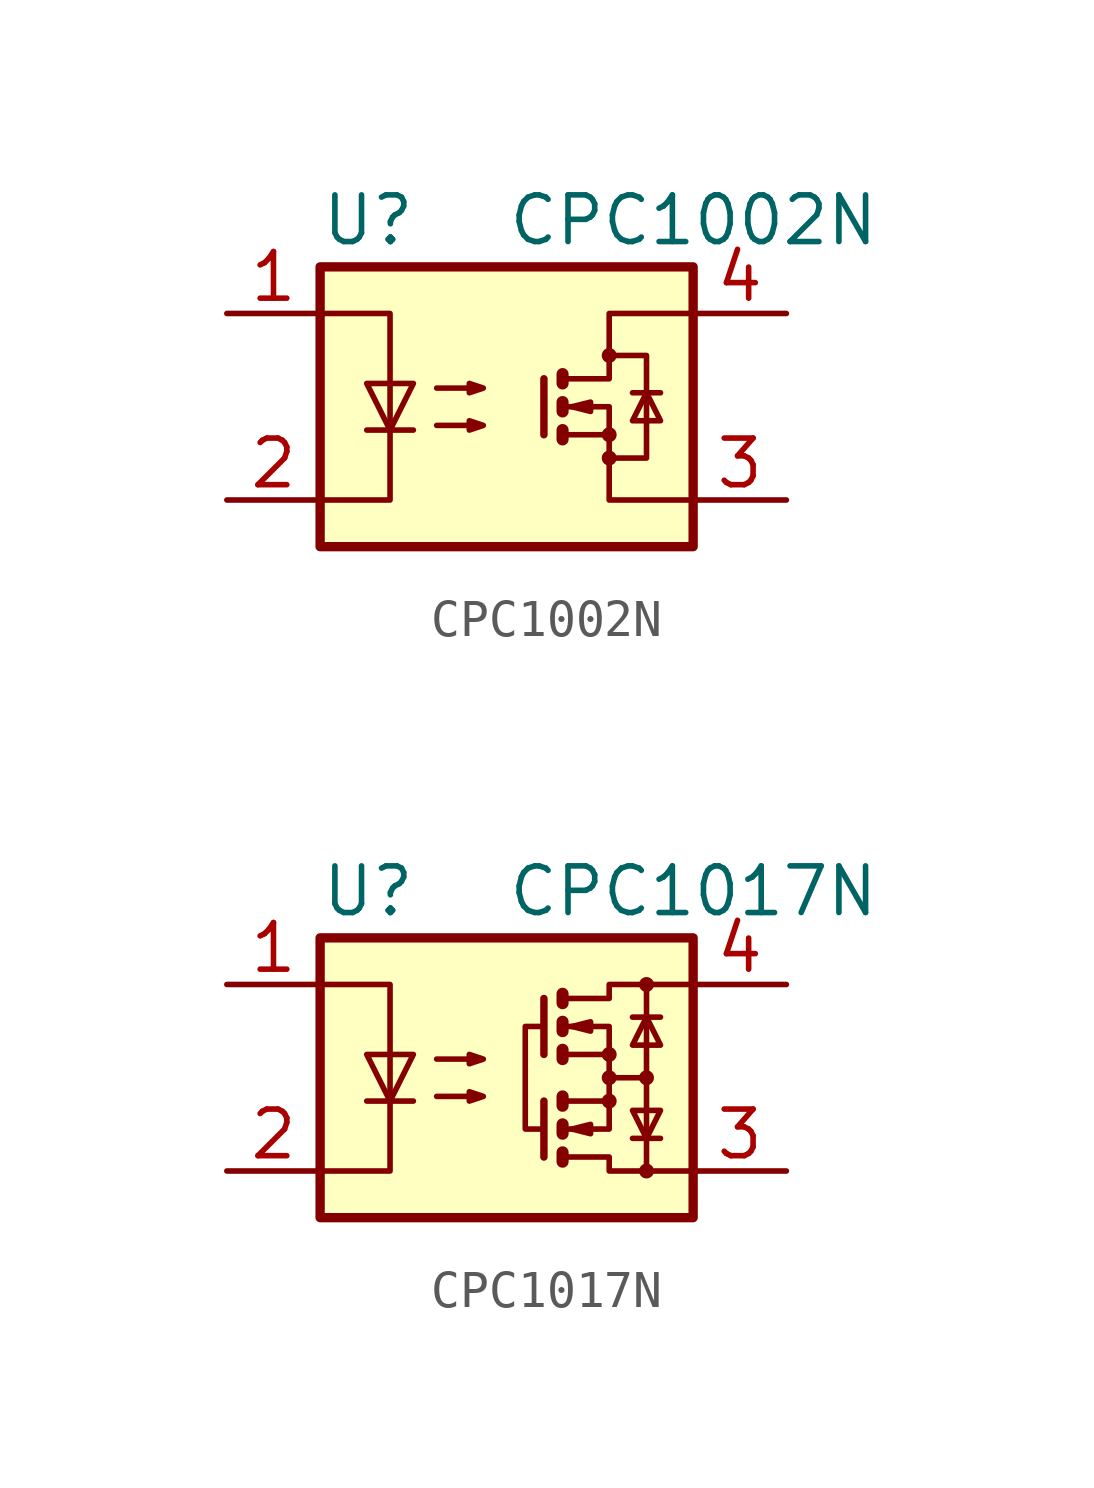
<source format=kicad_sym>
(kicad_symbol_lib
  (version 20241209)
  (generator "kicad_symbol_editor")
  (generator_version "9.0")
  (symbol "CPC1002N"
    (property "Reference" "U"
      (at -5.08 5.08 0)
      (effects (font (size 1.27 1.27)) (justify left)))
    (property "Value" "CPC1002N"
      (at 0 5.08 0)
      (effects (font (size 1.27 1.27)) (justify left)))
    (symbol "CPC1002N_0_1"
      (rectangle (start -5.08 3.81) (end 5.08 -3.81) (stroke (width 0.254) (type default)) (fill (type background)))
      (polyline (pts (xy -5.08 2.54) (xy -3.175 2.54) (xy -3.175 -2.54) (xy -5.08 -2.54)) (stroke (width 0) (type default)) (fill (type none)))
      (polyline (pts (xy -3.81 -0.635) (xy -2.54 -0.635)) (stroke (width 0) (type default)) (fill (type none)))
      (polyline (pts (xy -3.175 -0.635) (xy -3.81 0.635) (xy -2.54 0.635) (xy -3.175 -0.635)) (stroke (width 0) (type default)) (fill (type none)))
      (polyline (pts (xy -1.905 0.508) (xy -0.635 0.508) (xy -1.016 0.381) (xy -1.016 0.635) (xy -0.635 0.508)) (stroke (width 0) (type default)) (fill (type none)))
      (polyline (pts (xy -1.905 -0.508) (xy -0.635 -0.508) (xy -1.016 -0.635) (xy -1.016 -0.381) (xy -0.635 -0.508)) (stroke (width 0) (type default)) (fill (type none)))
      (polyline (pts (xy 1.016 0.762) (xy 1.016 -0.762)) (stroke (width 0.203) (type default)) (fill (type none)))
      (polyline (pts (xy 1.524 0.762) (xy 2.794 0.762) (xy 2.794 2.54) (xy 5.08 2.54)) (stroke (width 0) (type default)) (fill (type none)))
      (polyline (pts (xy 1.524 0) (xy 2.794 0) (xy 2.794 -2.54) (xy 5.08 -2.54)) (stroke (width 0) (type default)) (fill (type none)))
      (polyline (pts (xy 1.524 -0.762) (xy 2.794 -0.762)) (stroke (width 0) (type default)) (fill (type none)))
      (polyline (pts (xy 1.778 0) (xy 2.286 0.127) (xy 2.286 -0.127) (xy 1.778 0)) (stroke (width 0) (type default)) (fill (type none)))
      (circle (center 2.794 1.397) (radius 0.127) (stroke (width 0) (type default)) (fill (type none)))
      (circle (center 2.794 -0.762) (radius 0.127) (stroke (width 0) (type default)) (fill (type none)))
      (polyline (pts (xy 2.794 -1.397) (xy 3.81 -1.397) (xy 3.81 1.397) (xy 2.794 1.397)) (stroke (width 0) (type default)) (fill (type none)))
      (circle (center 2.794 -1.397) (radius 0.127) (stroke (width 0) (type default)) (fill (type none)))
      (polyline (pts (xy 3.429 0.381) (xy 4.191 0.381)) (stroke (width 0) (type default)) (fill (type none)))
      (polyline (pts (xy 3.81 0.381) (xy 3.429 -0.381) (xy 4.191 -0.381) (xy 3.81 0.381)) (stroke (width 0) (type default)) (fill (type none))))
    (symbol "CPC1002N_1_1"
      (polyline (pts (xy 1.524 0.889) (xy 1.524 0.635)) (stroke (width 0.33) (type solid)) (fill (type none)))
      (polyline (pts (xy 1.524 0.127) (xy 1.524 -0.127)) (stroke (width 0.33) (type solid)) (fill (type none)))
      (polyline (pts (xy 1.524 -0.635) (xy 1.524 -0.889)) (stroke (width 0.33) (type solid)) (fill (type none)))
      (pin passive line (at -7.62 2.54 0) (length 2.54) (name "~" (effects (font (size 1.27 1.27)))) (number "1" (effects (font (size 1.27 1.27)))))
      (pin passive line (at -7.62 -2.54 0) (length 2.54) (name "~" (effects (font (size 1.27 1.27)))) (number "2" (effects (font (size 1.27 1.27)))))
      (pin passive line (at 7.62 2.54 180) (length 2.54) (name "~" (effects (font (size 1.27 1.27)))) (number "4" (effects (font (size 1.27 1.27)))))
      (pin passive line (at 7.62 -2.54 180) (length 2.54) (name "~" (effects (font (size 1.27 1.27)))) (number "3" (effects (font (size 1.27 1.27)))))))
  (symbol "CPC1017N"
    (property "Reference" "U"
      (at -5.08 5.08 0)
      (effects (font (size 1.27 1.27)) (justify left)))
    (property "Value" "CPC1017N"
      (at 0 5.08 0)
      (effects (font (size 1.27 1.27)) (justify left)))
    (symbol "CPC1017N_0_1"
      (rectangle (start -5.08 3.81) (end 5.08 -3.81) (stroke (width 0.254) (type default)) (fill (type background)))
      (polyline (pts (xy -5.08 2.54) (xy -3.175 2.54) (xy -3.175 -2.54) (xy -5.08 -2.54)) (stroke (width 0) (type default)) (fill (type none)))
      (polyline (pts (xy -3.81 -0.635) (xy -2.54 -0.635)) (stroke (width 0) (type default)) (fill (type none)))
      (polyline (pts (xy -3.175 -0.635) (xy -3.81 0.635) (xy -2.54 0.635) (xy -3.175 -0.635)) (stroke (width 0) (type default)) (fill (type none)))
      (polyline (pts (xy -1.905 0.508) (xy -0.635 0.508) (xy -1.016 0.381) (xy -1.016 0.635) (xy -0.635 0.508)) (stroke (width 0) (type default)) (fill (type none)))
      (polyline (pts (xy -1.905 -0.508) (xy -0.635 -0.508) (xy -1.016 -0.635) (xy -1.016 -0.381) (xy -0.635 -0.508)) (stroke (width 0) (type default)) (fill (type none)))
      (polyline (pts (xy 1.016 2.159) (xy 1.016 0.635)) (stroke (width 0.203) (type default)) (fill (type none)))
      (polyline (pts (xy 1.016 1.397) (xy 0.508 1.397) (xy 0.508 -1.397) (xy 1.016 -1.397)) (stroke (width 0) (type default)) (fill (type none)))
      (polyline (pts (xy 1.016 -0.635) (xy 1.016 -2.159)) (stroke (width 0.203) (type default)) (fill (type none)))
      (polyline (pts (xy 1.651 2.159) (xy 2.794 2.159) (xy 2.794 2.54) (xy 5.08 2.54)) (stroke (width 0) (type default)) (fill (type none)))
      (polyline (pts (xy 1.651 1.397) (xy 2.794 1.397) (xy 2.794 0.635)) (stroke (width 0) (type default)) (fill (type none)))
      (polyline (pts (xy 1.651 -0.635) (xy 2.794 -0.635) (xy 2.794 0.635) (xy 1.651 0.635)) (stroke (width 0) (type default)) (fill (type none)))
      (polyline (pts (xy 1.651 -1.397) (xy 2.794 -1.397) (xy 2.794 -0.635)) (stroke (width 0) (type default)) (fill (type none)))
      (polyline (pts (xy 1.651 -2.159) (xy 2.794 -2.159) (xy 2.794 -2.54) (xy 5.08 -2.54)) (stroke (width 0) (type default)) (fill (type none)))
      (polyline (pts (xy 1.778 1.397) (xy 2.286 1.524) (xy 2.286 1.27) (xy 1.778 1.397)) (stroke (width 0) (type default)) (fill (type none)))
      (polyline (pts (xy 1.778 -1.397) (xy 2.286 -1.27) (xy 2.286 -1.524) (xy 1.778 -1.397)) (stroke (width 0) (type default)) (fill (type none)))
      (circle (center 2.794 0.635) (radius 0.127) (stroke (width 0) (type default)) (fill (type none)))
      (polyline (pts (xy 2.794 0) (xy 3.81 0)) (stroke (width 0) (type default)) (fill (type none)))
      (circle (center 2.794 0) (radius 0.127) (stroke (width 0) (type default)) (fill (type none)))
      (circle (center 2.794 -0.635) (radius 0.127) (stroke (width 0) (type default)) (fill (type none)))
      (polyline (pts (xy 3.429 1.651) (xy 4.191 1.651)) (stroke (width 0) (type default)) (fill (type none)))
      (polyline (pts (xy 3.429 -1.651) (xy 4.191 -1.651)) (stroke (width 0) (type default)) (fill (type none)))
      (circle (center 3.81 2.54) (radius 0.127) (stroke (width 0) (type default)) (fill (type none)))
      (polyline (pts (xy 3.81 1.651) (xy 3.429 0.889) (xy 4.191 0.889) (xy 3.81 1.651)) (stroke (width 0) (type default)) (fill (type none)))
      (circle (center 3.81 0) (radius 0.127) (stroke (width 0) (type default)) (fill (type none)))
      (polyline (pts (xy 3.81 -1.651) (xy 3.429 -0.889) (xy 4.191 -0.889) (xy 3.81 -1.651)) (stroke (width 0) (type default)) (fill (type none)))
      (polyline (pts (xy 3.81 -2.54) (xy 3.81 2.54)) (stroke (width 0) (type default)) (fill (type none)))
      (circle (center 3.81 -2.54) (radius 0.127) (stroke (width 0) (type default)) (fill (type none))))
    (symbol "CPC1017N_1_1"
      (polyline (pts (xy 1.524 2.286) (xy 1.524 2.032)) (stroke (width 0.33) (type solid)) (fill (type none)))
      (polyline (pts (xy 1.524 1.524) (xy 1.524 1.27)) (stroke (width 0.33) (type solid)) (fill (type none)))
      (polyline (pts (xy 1.524 0.762) (xy 1.524 0.508)) (stroke (width 0.33) (type solid)) (fill (type none)))
      (polyline (pts (xy 1.524 -0.508) (xy 1.524 -0.762)) (stroke (width 0.33) (type solid)) (fill (type none)))
      (polyline (pts (xy 1.524 -1.27) (xy 1.524 -1.524)) (stroke (width 0.33) (type solid)) (fill (type none)))
      (polyline (pts (xy 1.524 -2.032) (xy 1.524 -2.286)) (stroke (width 0.33) (type solid)) (fill (type none)))
      (pin passive line (at -7.62 2.54 0) (length 2.54) (name "~" (effects (font (size 1.27 1.27)))) (number "1" (effects (font (size 1.27 1.27)))))
      (pin passive line (at -7.62 -2.54 0) (length 2.54) (name "~" (effects (font (size 1.27 1.27)))) (number "2" (effects (font (size 1.27 1.27)))))
      (pin passive line (at 7.62 2.54 180) (length 2.54) (name "~" (effects (font (size 1.27 1.27)))) (number "4" (effects (font (size 1.27 1.27)))))
      (pin passive line (at 7.62 -2.54 180) (length 2.54) (name "~" (effects (font (size 1.27 1.27)))) (number "3" (effects (font (size 1.27 1.27))))))))
</source>
